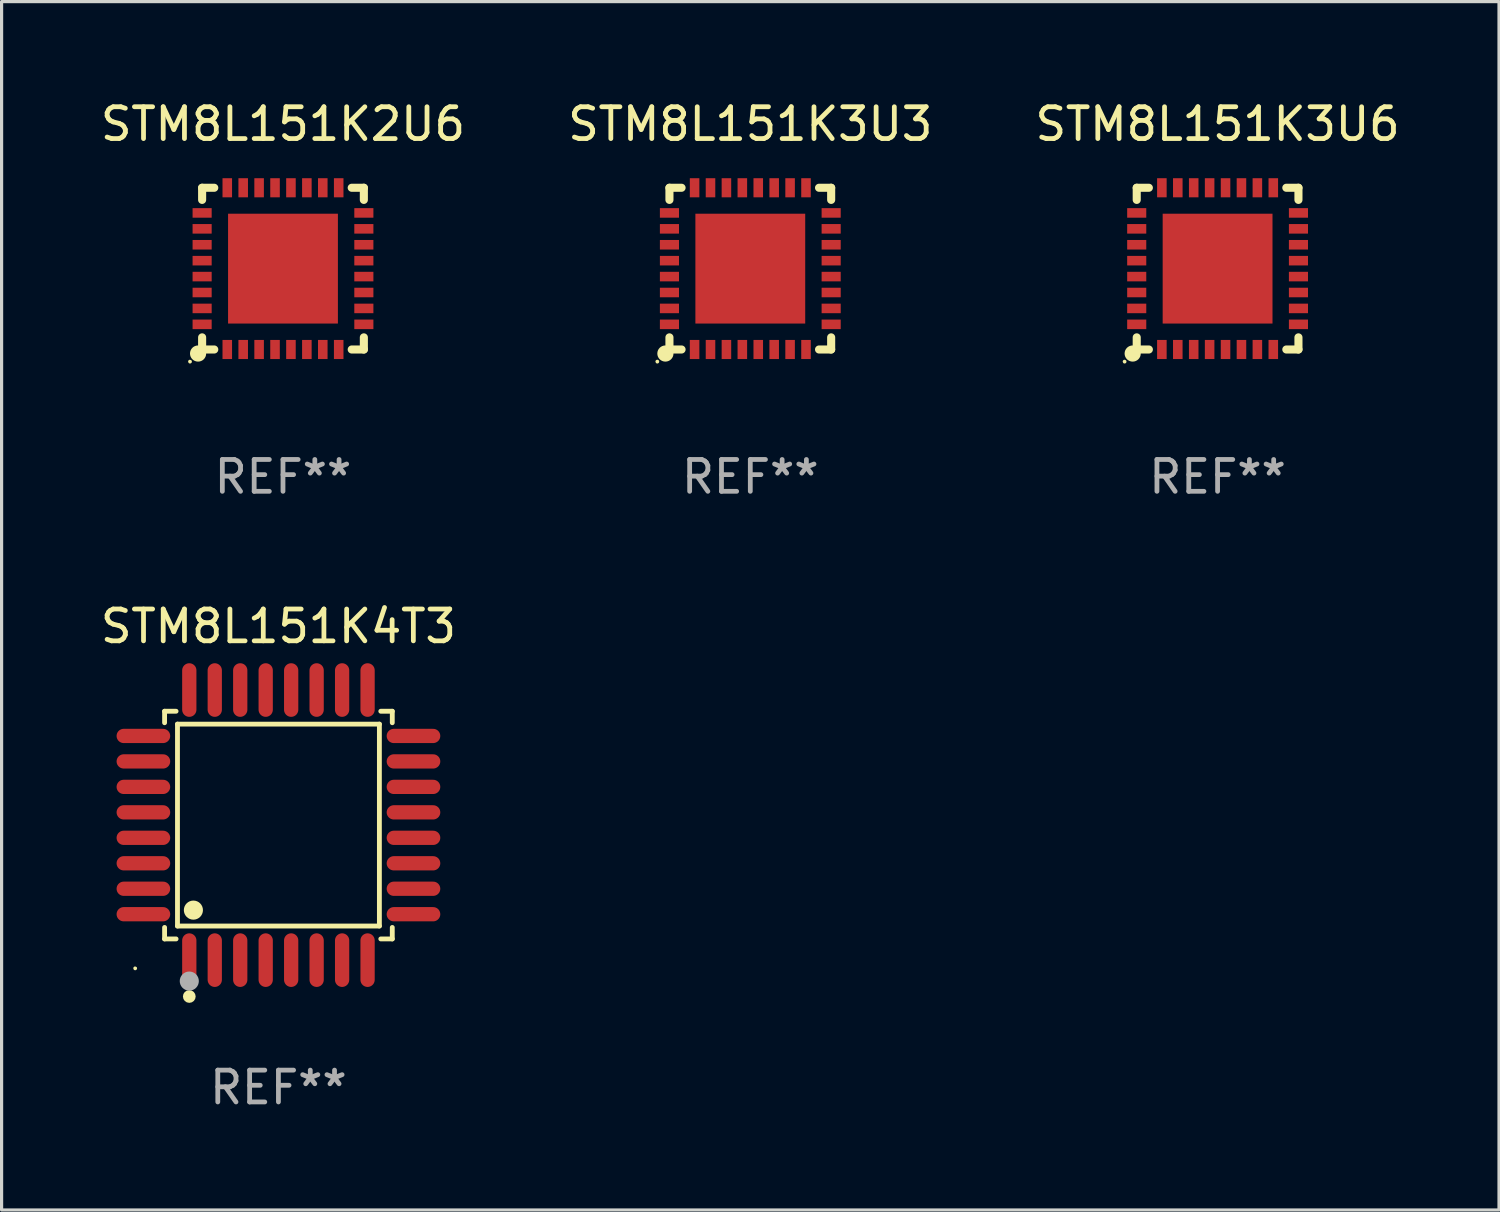
<source format=kicad_pcb>
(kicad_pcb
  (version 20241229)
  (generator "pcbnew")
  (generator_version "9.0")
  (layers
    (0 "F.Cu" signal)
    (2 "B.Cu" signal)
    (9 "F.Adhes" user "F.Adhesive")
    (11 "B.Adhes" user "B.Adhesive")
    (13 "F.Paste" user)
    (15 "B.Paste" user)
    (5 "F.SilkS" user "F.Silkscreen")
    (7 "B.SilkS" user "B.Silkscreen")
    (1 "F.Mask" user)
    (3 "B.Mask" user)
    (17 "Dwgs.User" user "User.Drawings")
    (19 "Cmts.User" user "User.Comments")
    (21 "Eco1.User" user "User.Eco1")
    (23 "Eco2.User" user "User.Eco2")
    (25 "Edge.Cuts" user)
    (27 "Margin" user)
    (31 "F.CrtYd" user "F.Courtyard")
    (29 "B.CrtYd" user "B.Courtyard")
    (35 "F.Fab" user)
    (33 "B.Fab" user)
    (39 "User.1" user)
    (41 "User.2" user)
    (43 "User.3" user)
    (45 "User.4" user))
  (footprint "STM8L151K2U6"
    (layer "F.Cu")
    (at 5.839 5.388)
    (property "Reference" "STM8L151K2U6" (at 0 -4.54 0) (layer "F.SilkS") (effects (font (size 1 1) (thickness 0.15))))
    (attr through_hole)
    (fp_line (start -2.54 -2.54) (end -2.159 -2.54) (stroke (width 0.254) (type solid)) (layer "F.SilkS"))
    (fp_line (start -2.54 -2.159) (end -2.54 -2.54) (stroke (width 0.254) (type solid)) (layer "F.SilkS"))
    (fp_line (start -2.54 2.54) (end -2.54 2.159) (stroke (width 0.254) (type solid)) (layer "F.SilkS"))
    (fp_line (start -2.159 2.54) (end -2.54 2.54) (stroke (width 0.254) (type solid)) (layer "F.SilkS"))
    (fp_line (start 2.159 -2.54) (end 2.54 -2.54) (stroke (width 0.254) (type solid)) (layer "F.SilkS"))
    (fp_line (start 2.54 -2.54) (end 2.54 -2.159) (stroke (width 0.254) (type solid)) (layer "F.SilkS"))
    (fp_line (start 2.54 2.159) (end 2.54 2.54) (stroke (width 0.254) (type solid)) (layer "F.SilkS"))
    (fp_line (start 2.54 2.54) (end 2.159 2.54) (stroke (width 0.254) (type solid)) (layer "F.SilkS"))
    (fp_circle (center -2.921 2.921) (end -2.891 2.921) (stroke (width 0.06) (type solid)) (fill no) (layer "F.SilkS"))
    (fp_circle (center -2.667 2.667) (end -2.54 2.667) (stroke (width 0.254) (type solid)) (fill no) (layer "F.SilkS"))
    (fp_text user "REF**" (at 0 6.54 0) (layer "F.Fab") (effects (font (size 1 1) (thickness 0.15))))
    (pad "1" smd rect (at -1.75 2.54 90) (size 0.6 0.3) (layers "F.Cu" "F.Mask" "F.Paste"))
    (pad "2" smd rect (at -1.25 2.54 90) (size 0.6 0.3) (layers "F.Cu" "F.Mask" "F.Paste"))
    (pad "3" smd rect (at -0.75 2.54 90) (size 0.6 0.3) (layers "F.Cu" "F.Mask" "F.Paste"))
    (pad "4" smd rect (at -0.25 2.54 90) (size 0.6 0.3) (layers "F.Cu" "F.Mask" "F.Paste"))
    (pad "5" smd rect (at 0.25 2.54 90) (size 0.6 0.3) (layers "F.Cu" "F.Mask" "F.Paste"))
    (pad "6" smd rect (at 0.75 2.54 90) (size 0.6 0.3) (layers "F.Cu" "F.Mask" "F.Paste"))
    (pad "7" smd rect (at 1.25 2.54 90) (size 0.6 0.3) (layers "F.Cu" "F.Mask" "F.Paste"))
    (pad "8" smd rect (at 1.75 2.54 90) (size 0.6 0.3) (layers "F.Cu" "F.Mask" "F.Paste"))
    (pad "9" smd rect (at 2.54 1.75 180) (size 0.6 0.3) (layers "F.Cu" "F.Mask" "F.Paste"))
    (pad "10" smd rect (at 2.54 1.25 180) (size 0.6 0.3) (layers "F.Cu" "F.Mask" "F.Paste"))
    (pad "11" smd rect (at 2.54 0.75 180) (size 0.6 0.3) (layers "F.Cu" "F.Mask" "F.Paste"))
    (pad "12" smd rect (at 2.54 0.25 180) (size 0.6 0.3) (layers "F.Cu" "F.Mask" "F.Paste"))
    (pad "13" smd rect (at 2.54 -0.25 180) (size 0.6 0.3) (layers "F.Cu" "F.Mask" "F.Paste"))
    (pad "14" smd rect (at 2.54 -0.75 180) (size 0.6 0.3) (layers "F.Cu" "F.Mask" "F.Paste"))
    (pad "15" smd rect (at 2.54 -1.25 180) (size 0.6 0.3) (layers "F.Cu" "F.Mask" "F.Paste"))
    (pad "16" smd rect (at 2.54 -1.75 180) (size 0.6 0.3) (layers "F.Cu" "F.Mask" "F.Paste"))
    (pad "17" smd rect (at 1.75 -2.54 270) (size 0.6 0.3) (layers "F.Cu" "F.Mask" "F.Paste"))
    (pad "18" smd rect (at 1.25 -2.54 270) (size 0.6 0.3) (layers "F.Cu" "F.Mask" "F.Paste"))
    (pad "19" smd rect (at 0.75 -2.54 270) (size 0.6 0.3) (layers "F.Cu" "F.Mask" "F.Paste"))
    (pad "20" smd rect (at 0.25 -2.54 270) (size 0.6 0.3) (layers "F.Cu" "F.Mask" "F.Paste"))
    (pad "21" smd rect (at -0.25 -2.54 270) (size 0.6 0.3) (layers "F.Cu" "F.Mask" "F.Paste"))
    (pad "22" smd rect (at -0.75 -2.54 270) (size 0.6 0.3) (layers "F.Cu" "F.Mask" "F.Paste"))
    (pad "23" smd rect (at -1.25 -2.54 270) (size 0.6 0.3) (layers "F.Cu" "F.Mask" "F.Paste"))
    (pad "24" smd rect (at -1.75 -2.54 270) (size 0.6 0.3) (layers "F.Cu" "F.Mask" "F.Paste"))
    (pad "25" smd rect (at -2.54 -1.75) (size 0.6 0.3) (layers "F.Cu" "F.Mask" "F.Paste"))
    (pad "26" smd rect (at -2.54 -1.25) (size 0.6 0.3) (layers "F.Cu" "F.Mask" "F.Paste"))
    (pad "27" smd rect (at -2.54 -0.75) (size 0.6 0.3) (layers "F.Cu" "F.Mask" "F.Paste"))
    (pad "28" smd rect (at -2.54 -0.25) (size 0.6 0.3) (layers "F.Cu" "F.Mask" "F.Paste"))
    (pad "29" smd rect (at -2.54 0.25) (size 0.6 0.3) (layers "F.Cu" "F.Mask" "F.Paste"))
    (pad "30" smd rect (at -2.54 0.75) (size 0.6 0.3) (layers "F.Cu" "F.Mask" "F.Paste"))
    (pad "31" smd rect (at -2.54 1.25) (size 0.6 0.3) (layers "F.Cu" "F.Mask" "F.Paste"))
    (pad "32" smd rect (at -2.54 1.75) (size 0.6 0.3) (layers "F.Cu" "F.Mask" "F.Paste"))
    (pad "33" smd rect (at 0 0) (size 3.45 3.45) (layers "F.Cu" "F.Mask" "F.Paste")))
  (footprint "STM8L151K3U3"
    (layer "F.Cu")
    (at 20.518 5.388)
    (property "Reference" "STM8L151K3U3" (at 0 -4.54 0) (layer "F.SilkS") (effects (font (size 1 1) (thickness 0.15))))
    (attr through_hole)
    (fp_line (start -2.54 -2.54) (end -2.159 -2.54) (stroke (width 0.254) (type solid)) (layer "F.SilkS"))
    (fp_line (start -2.54 -2.159) (end -2.54 -2.54) (stroke (width 0.254) (type solid)) (layer "F.SilkS"))
    (fp_line (start -2.54 2.54) (end -2.54 2.159) (stroke (width 0.254) (type solid)) (layer "F.SilkS"))
    (fp_line (start -2.159 2.54) (end -2.54 2.54) (stroke (width 0.254) (type solid)) (layer "F.SilkS"))
    (fp_line (start 2.159 -2.54) (end 2.54 -2.54) (stroke (width 0.254) (type solid)) (layer "F.SilkS"))
    (fp_line (start 2.54 -2.54) (end 2.54 -2.159) (stroke (width 0.254) (type solid)) (layer "F.SilkS"))
    (fp_line (start 2.54 2.159) (end 2.54 2.54) (stroke (width 0.254) (type solid)) (layer "F.SilkS"))
    (fp_line (start 2.54 2.54) (end 2.159 2.54) (stroke (width 0.254) (type solid)) (layer "F.SilkS"))
    (fp_circle (center -2.921 2.921) (end -2.891 2.921) (stroke (width 0.06) (type solid)) (fill no) (layer "F.SilkS"))
    (fp_circle (center -2.667 2.667) (end -2.54 2.667) (stroke (width 0.254) (type solid)) (fill no) (layer "F.SilkS"))
    (fp_text user "REF**" (at 0 6.54 0) (layer "F.Fab") (effects (font (size 1 1) (thickness 0.15))))
    (pad "1" smd rect (at -1.75 2.54 90) (size 0.6 0.3) (layers "F.Cu" "F.Mask" "F.Paste"))
    (pad "2" smd rect (at -1.25 2.54 90) (size 0.6 0.3) (layers "F.Cu" "F.Mask" "F.Paste"))
    (pad "3" smd rect (at -0.75 2.54 90) (size 0.6 0.3) (layers "F.Cu" "F.Mask" "F.Paste"))
    (pad "4" smd rect (at -0.25 2.54 90) (size 0.6 0.3) (layers "F.Cu" "F.Mask" "F.Paste"))
    (pad "5" smd rect (at 0.25 2.54 90) (size 0.6 0.3) (layers "F.Cu" "F.Mask" "F.Paste"))
    (pad "6" smd rect (at 0.75 2.54 90) (size 0.6 0.3) (layers "F.Cu" "F.Mask" "F.Paste"))
    (pad "7" smd rect (at 1.25 2.54 90) (size 0.6 0.3) (layers "F.Cu" "F.Mask" "F.Paste"))
    (pad "8" smd rect (at 1.75 2.54 90) (size 0.6 0.3) (layers "F.Cu" "F.Mask" "F.Paste"))
    (pad "9" smd rect (at 2.54 1.75 180) (size 0.6 0.3) (layers "F.Cu" "F.Mask" "F.Paste"))
    (pad "10" smd rect (at 2.54 1.25 180) (size 0.6 0.3) (layers "F.Cu" "F.Mask" "F.Paste"))
    (pad "11" smd rect (at 2.54 0.75 180) (size 0.6 0.3) (layers "F.Cu" "F.Mask" "F.Paste"))
    (pad "12" smd rect (at 2.54 0.25 180) (size 0.6 0.3) (layers "F.Cu" "F.Mask" "F.Paste"))
    (pad "13" smd rect (at 2.54 -0.25 180) (size 0.6 0.3) (layers "F.Cu" "F.Mask" "F.Paste"))
    (pad "14" smd rect (at 2.54 -0.75 180) (size 0.6 0.3) (layers "F.Cu" "F.Mask" "F.Paste"))
    (pad "15" smd rect (at 2.54 -1.25 180) (size 0.6 0.3) (layers "F.Cu" "F.Mask" "F.Paste"))
    (pad "16" smd rect (at 2.54 -1.75 180) (size 0.6 0.3) (layers "F.Cu" "F.Mask" "F.Paste"))
    (pad "17" smd rect (at 1.75 -2.54 270) (size 0.6 0.3) (layers "F.Cu" "F.Mask" "F.Paste"))
    (pad "18" smd rect (at 1.25 -2.54 270) (size 0.6 0.3) (layers "F.Cu" "F.Mask" "F.Paste"))
    (pad "19" smd rect (at 0.75 -2.54 270) (size 0.6 0.3) (layers "F.Cu" "F.Mask" "F.Paste"))
    (pad "20" smd rect (at 0.25 -2.54 270) (size 0.6 0.3) (layers "F.Cu" "F.Mask" "F.Paste"))
    (pad "21" smd rect (at -0.25 -2.54 270) (size 0.6 0.3) (layers "F.Cu" "F.Mask" "F.Paste"))
    (pad "22" smd rect (at -0.75 -2.54 270) (size 0.6 0.3) (layers "F.Cu" "F.Mask" "F.Paste"))
    (pad "23" smd rect (at -1.25 -2.54 270) (size 0.6 0.3) (layers "F.Cu" "F.Mask" "F.Paste"))
    (pad "24" smd rect (at -1.75 -2.54 270) (size 0.6 0.3) (layers "F.Cu" "F.Mask" "F.Paste"))
    (pad "25" smd rect (at -2.54 -1.75) (size 0.6 0.3) (layers "F.Cu" "F.Mask" "F.Paste"))
    (pad "26" smd rect (at -2.54 -1.25) (size 0.6 0.3) (layers "F.Cu" "F.Mask" "F.Paste"))
    (pad "27" smd rect (at -2.54 -0.75) (size 0.6 0.3) (layers "F.Cu" "F.Mask" "F.Paste"))
    (pad "28" smd rect (at -2.54 -0.25) (size 0.6 0.3) (layers "F.Cu" "F.Mask" "F.Paste"))
    (pad "29" smd rect (at -2.54 0.25) (size 0.6 0.3) (layers "F.Cu" "F.Mask" "F.Paste"))
    (pad "30" smd rect (at -2.54 0.75) (size 0.6 0.3) (layers "F.Cu" "F.Mask" "F.Paste"))
    (pad "31" smd rect (at -2.54 1.25) (size 0.6 0.3) (layers "F.Cu" "F.Mask" "F.Paste"))
    (pad "32" smd rect (at -2.54 1.75) (size 0.6 0.3) (layers "F.Cu" "F.Mask" "F.Paste"))
    (pad "33" smd rect (at 0 0) (size 3.45 3.45) (layers "F.Cu" "F.Mask" "F.Paste")))
  (footprint "STM8L151K3U6"
    (layer "F.Cu")
    (at 35.196 5.388)
    (property "Reference" "STM8L151K3U6" (at 0 -4.54 0) (layer "F.SilkS") (effects (font (size 1 1) (thickness 0.15))))
    (attr through_hole)
    (fp_line (start -2.54 -2.54) (end -2.159 -2.54) (stroke (width 0.254) (type solid)) (layer "F.SilkS"))
    (fp_line (start -2.54 -2.159) (end -2.54 -2.54) (stroke (width 0.254) (type solid)) (layer "F.SilkS"))
    (fp_line (start -2.54 2.54) (end -2.54 2.159) (stroke (width 0.254) (type solid)) (layer "F.SilkS"))
    (fp_line (start -2.159 2.54) (end -2.54 2.54) (stroke (width 0.254) (type solid)) (layer "F.SilkS"))
    (fp_line (start 2.159 -2.54) (end 2.54 -2.54) (stroke (width 0.254) (type solid)) (layer "F.SilkS"))
    (fp_line (start 2.54 -2.54) (end 2.54 -2.159) (stroke (width 0.254) (type solid)) (layer "F.SilkS"))
    (fp_line (start 2.54 2.159) (end 2.54 2.54) (stroke (width 0.254) (type solid)) (layer "F.SilkS"))
    (fp_line (start 2.54 2.54) (end 2.159 2.54) (stroke (width 0.254) (type solid)) (layer "F.SilkS"))
    (fp_circle (center -2.921 2.921) (end -2.891 2.921) (stroke (width 0.06) (type solid)) (fill no) (layer "F.SilkS"))
    (fp_circle (center -2.667 2.667) (end -2.54 2.667) (stroke (width 0.254) (type solid)) (fill no) (layer "F.SilkS"))
    (fp_text user "REF**" (at 0 6.54 0) (layer "F.Fab") (effects (font (size 1 1) (thickness 0.15))))
    (pad "1" smd rect (at -1.75 2.54 90) (size 0.6 0.3) (layers "F.Cu" "F.Mask" "F.Paste"))
    (pad "2" smd rect (at -1.25 2.54 90) (size 0.6 0.3) (layers "F.Cu" "F.Mask" "F.Paste"))
    (pad "3" smd rect (at -0.75 2.54 90) (size 0.6 0.3) (layers "F.Cu" "F.Mask" "F.Paste"))
    (pad "4" smd rect (at -0.25 2.54 90) (size 0.6 0.3) (layers "F.Cu" "F.Mask" "F.Paste"))
    (pad "5" smd rect (at 0.25 2.54 90) (size 0.6 0.3) (layers "F.Cu" "F.Mask" "F.Paste"))
    (pad "6" smd rect (at 0.75 2.54 90) (size 0.6 0.3) (layers "F.Cu" "F.Mask" "F.Paste"))
    (pad "7" smd rect (at 1.25 2.54 90) (size 0.6 0.3) (layers "F.Cu" "F.Mask" "F.Paste"))
    (pad "8" smd rect (at 1.75 2.54 90) (size 0.6 0.3) (layers "F.Cu" "F.Mask" "F.Paste"))
    (pad "9" smd rect (at 2.54 1.75 180) (size 0.6 0.3) (layers "F.Cu" "F.Mask" "F.Paste"))
    (pad "10" smd rect (at 2.54 1.25 180) (size 0.6 0.3) (layers "F.Cu" "F.Mask" "F.Paste"))
    (pad "11" smd rect (at 2.54 0.75 180) (size 0.6 0.3) (layers "F.Cu" "F.Mask" "F.Paste"))
    (pad "12" smd rect (at 2.54 0.25 180) (size 0.6 0.3) (layers "F.Cu" "F.Mask" "F.Paste"))
    (pad "13" smd rect (at 2.54 -0.25 180) (size 0.6 0.3) (layers "F.Cu" "F.Mask" "F.Paste"))
    (pad "14" smd rect (at 2.54 -0.75 180) (size 0.6 0.3) (layers "F.Cu" "F.Mask" "F.Paste"))
    (pad "15" smd rect (at 2.54 -1.25 180) (size 0.6 0.3) (layers "F.Cu" "F.Mask" "F.Paste"))
    (pad "16" smd rect (at 2.54 -1.75 180) (size 0.6 0.3) (layers "F.Cu" "F.Mask" "F.Paste"))
    (pad "17" smd rect (at 1.75 -2.54 270) (size 0.6 0.3) (layers "F.Cu" "F.Mask" "F.Paste"))
    (pad "18" smd rect (at 1.25 -2.54 270) (size 0.6 0.3) (layers "F.Cu" "F.Mask" "F.Paste"))
    (pad "19" smd rect (at 0.75 -2.54 270) (size 0.6 0.3) (layers "F.Cu" "F.Mask" "F.Paste"))
    (pad "20" smd rect (at 0.25 -2.54 270) (size 0.6 0.3) (layers "F.Cu" "F.Mask" "F.Paste"))
    (pad "21" smd rect (at -0.25 -2.54 270) (size 0.6 0.3) (layers "F.Cu" "F.Mask" "F.Paste"))
    (pad "22" smd rect (at -0.75 -2.54 270) (size 0.6 0.3) (layers "F.Cu" "F.Mask" "F.Paste"))
    (pad "23" smd rect (at -1.25 -2.54 270) (size 0.6 0.3) (layers "F.Cu" "F.Mask" "F.Paste"))
    (pad "24" smd rect (at -1.75 -2.54 270) (size 0.6 0.3) (layers "F.Cu" "F.Mask" "F.Paste"))
    (pad "25" smd rect (at -2.54 -1.75) (size 0.6 0.3) (layers "F.Cu" "F.Mask" "F.Paste"))
    (pad "26" smd rect (at -2.54 -1.25) (size 0.6 0.3) (layers "F.Cu" "F.Mask" "F.Paste"))
    (pad "27" smd rect (at -2.54 -0.75) (size 0.6 0.3) (layers "F.Cu" "F.Mask" "F.Paste"))
    (pad "28" smd rect (at -2.54 -0.25) (size 0.6 0.3) (layers "F.Cu" "F.Mask" "F.Paste"))
    (pad "29" smd rect (at -2.54 0.25) (size 0.6 0.3) (layers "F.Cu" "F.Mask" "F.Paste"))
    (pad "30" smd rect (at -2.54 0.75) (size 0.6 0.3) (layers "F.Cu" "F.Mask" "F.Paste"))
    (pad "31" smd rect (at -2.54 1.25) (size 0.6 0.3) (layers "F.Cu" "F.Mask" "F.Paste"))
    (pad "32" smd rect (at -2.54 1.75) (size 0.6 0.3) (layers "F.Cu" "F.Mask" "F.Paste"))
    (pad "33" smd rect (at 0 0) (size 3.45 3.45) (layers "F.Cu" "F.Mask" "F.Paste")))
  (footprint "STM8L151K4T3"
    (layer "F.Cu")
    (at 5.696 22.867)
    (property "Reference" "STM8L151K4T3" (at 0 -6.242 0) (layer "F.SilkS") (effects (font (size 1 1) (thickness 0.15))))
    (attr through_hole)
    (fp_line (start -3.576 -3.576) (end -3.215 -3.576) (stroke (width 0.152) (type solid)) (layer "F.SilkS"))
    (fp_line (start -3.576 -3.215) (end -3.576 -3.576) (stroke (width 0.152) (type solid)) (layer "F.SilkS"))
    (fp_line (start -3.576 3.215) (end -3.576 3.576) (stroke (width 0.152) (type solid)) (layer "F.SilkS"))
    (fp_line (start -3.576 3.576) (end -3.215 3.576) (stroke (width 0.152) (type solid)) (layer "F.SilkS"))
    (fp_line (start -3.171 -3.171) (end 3.171 -3.171) (stroke (width 0.152) (type solid)) (layer "F.SilkS"))
    (fp_line (start -3.171 3.171) (end -3.171 -3.171) (stroke (width 0.152) (type solid)) (layer "F.SilkS"))
    (fp_line (start 3.171 -3.171) (end 3.171 3.171) (stroke (width 0.152) (type solid)) (layer "F.SilkS"))
    (fp_line (start 3.171 3.171) (end -3.171 3.171) (stroke (width 0.152) (type solid)) (layer "F.SilkS"))
    (fp_line (start 3.576 -3.576) (end 3.215 -3.576) (stroke (width 0.152) (type solid)) (layer "F.SilkS"))
    (fp_line (start 3.576 -3.215) (end 3.576 -3.576) (stroke (width 0.152) (type solid)) (layer "F.SilkS"))
    (fp_line (start 3.576 3.215) (end 3.576 3.576) (stroke (width 0.152) (type solid)) (layer "F.SilkS"))
    (fp_line (start 3.576 3.576) (end 3.215 3.576) (stroke (width 0.152) (type solid)) (layer "F.SilkS"))
    (fp_circle (center -4.5 4.5) (end -4.47 4.5) (stroke (width 0.06) (type solid)) (fill no) (layer "F.SilkS"))
    (fp_circle (center -2.8 5.384) (end -2.7 5.384) (stroke (width 0.2) (type solid)) (fill no) (layer "F.SilkS"))
    (fp_circle (center -2.671 2.671) (end -2.521 2.671) (stroke (width 0.3) (type solid)) (fill no) (layer "F.SilkS"))
    (fp_circle (center -2.8 4.9) (end -2.65 4.9) (stroke (width 0.3) (type solid)) (fill no) (layer "F.Fab"))
    (fp_text user "REF**" (at 0 8.242 0) (layer "F.Fab") (effects (font (size 1 1) (thickness 0.15))))
    (pad "1" smd oval (at -2.8 4.242) (size 0.448 1.684) (layers "F.Cu" "F.Mask" "F.Paste"))
    (pad "2" smd oval (at -2 4.242) (size 0.448 1.684) (layers "F.Cu" "F.Mask" "F.Paste"))
    (pad "3" smd oval (at -1.2 4.242) (size 0.448 1.684) (layers "F.Cu" "F.Mask" "F.Paste"))
    (pad "4" smd oval (at -0.4 4.242) (size 0.448 1.684) (layers "F.Cu" "F.Mask" "F.Paste"))
    (pad "5" smd oval (at 0.4 4.242) (size 0.448 1.684) (layers "F.Cu" "F.Mask" "F.Paste"))
    (pad "6" smd oval (at 1.2 4.242) (size 0.448 1.684) (layers "F.Cu" "F.Mask" "F.Paste"))
    (pad "7" smd oval (at 2 4.242) (size 0.448 1.684) (layers "F.Cu" "F.Mask" "F.Paste"))
    (pad "8" smd oval (at 2.8 4.242) (size 0.448 1.684) (layers "F.Cu" "F.Mask" "F.Paste"))
    (pad "9" smd oval (at 4.242 2.8) (size 1.684 0.448) (layers "F.Cu" "F.Mask" "F.Paste"))
    (pad "10" smd oval (at 4.242 2) (size 1.684 0.448) (layers "F.Cu" "F.Mask" "F.Paste"))
    (pad "11" smd oval (at 4.242 1.2) (size 1.684 0.448) (layers "F.Cu" "F.Mask" "F.Paste"))
    (pad "12" smd oval (at 4.242 0.4) (size 1.684 0.448) (layers "F.Cu" "F.Mask" "F.Paste"))
    (pad "13" smd oval (at 4.242 -0.4) (size 1.684 0.448) (layers "F.Cu" "F.Mask" "F.Paste"))
    (pad "14" smd oval (at 4.242 -1.2) (size 1.684 0.448) (layers "F.Cu" "F.Mask" "F.Paste"))
    (pad "15" smd oval (at 4.242 -2) (size 1.684 0.448) (layers "F.Cu" "F.Mask" "F.Paste"))
    (pad "16" smd oval (at 4.242 -2.8) (size 1.684 0.448) (layers "F.Cu" "F.Mask" "F.Paste"))
    (pad "17" smd oval (at 2.8 -4.242) (size 0.448 1.684) (layers "F.Cu" "F.Mask" "F.Paste"))
    (pad "18" smd oval (at 2 -4.242) (size 0.448 1.684) (layers "F.Cu" "F.Mask" "F.Paste"))
    (pad "19" smd oval (at 1.2 -4.242) (size 0.448 1.684) (layers "F.Cu" "F.Mask" "F.Paste"))
    (pad "20" smd oval (at 0.4 -4.242) (size 0.448 1.684) (layers "F.Cu" "F.Mask" "F.Paste"))
    (pad "21" smd oval (at -0.4 -4.242) (size 0.448 1.684) (layers "F.Cu" "F.Mask" "F.Paste"))
    (pad "22" smd oval (at -1.2 -4.242) (size 0.448 1.684) (layers "F.Cu" "F.Mask" "F.Paste"))
    (pad "23" smd oval (at -2 -4.242) (size 0.448 1.684) (layers "F.Cu" "F.Mask" "F.Paste"))
    (pad "24" smd oval (at -2.8 -4.242) (size 0.448 1.684) (layers "F.Cu" "F.Mask" "F.Paste"))
    (pad "25" smd oval (at -4.242 -2.8) (size 1.684 0.448) (layers "F.Cu" "F.Mask" "F.Paste"))
    (pad "26" smd oval (at -4.242 -2) (size 1.684 0.448) (layers "F.Cu" "F.Mask" "F.Paste"))
    (pad "27" smd oval (at -4.242 -1.2) (size 1.684 0.448) (layers "F.Cu" "F.Mask" "F.Paste"))
    (pad "28" smd oval (at -4.242 -0.4) (size 1.684 0.448) (layers "F.Cu" "F.Mask" "F.Paste"))
    (pad "29" smd oval (at -4.242 0.4) (size 1.684 0.448) (layers "F.Cu" "F.Mask" "F.Paste"))
    (pad "30" smd oval (at -4.242 1.2) (size 1.684 0.448) (layers "F.Cu" "F.Mask" "F.Paste"))
    (pad "31" smd oval (at -4.242 2) (size 1.684 0.448) (layers "F.Cu" "F.Mask" "F.Paste"))
    (pad "32" smd oval (at -4.242 2.8) (size 1.684 0.448) (layers "F.Cu" "F.Mask" "F.Paste")))
  (gr_rect
    (start -3 -3)
    (end 44.036 34.957)
    (stroke (width 0.1) (type default))
    (fill no)
    (layer "Edge.Cuts")))
</source>
